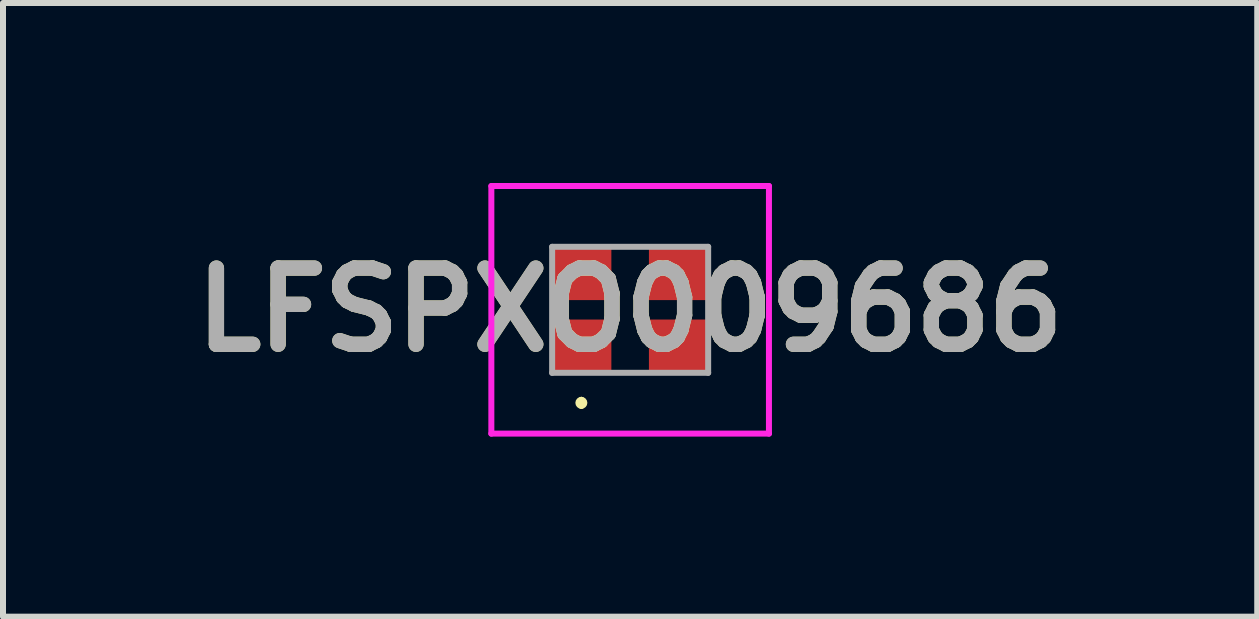
<source format=kicad_pcb>
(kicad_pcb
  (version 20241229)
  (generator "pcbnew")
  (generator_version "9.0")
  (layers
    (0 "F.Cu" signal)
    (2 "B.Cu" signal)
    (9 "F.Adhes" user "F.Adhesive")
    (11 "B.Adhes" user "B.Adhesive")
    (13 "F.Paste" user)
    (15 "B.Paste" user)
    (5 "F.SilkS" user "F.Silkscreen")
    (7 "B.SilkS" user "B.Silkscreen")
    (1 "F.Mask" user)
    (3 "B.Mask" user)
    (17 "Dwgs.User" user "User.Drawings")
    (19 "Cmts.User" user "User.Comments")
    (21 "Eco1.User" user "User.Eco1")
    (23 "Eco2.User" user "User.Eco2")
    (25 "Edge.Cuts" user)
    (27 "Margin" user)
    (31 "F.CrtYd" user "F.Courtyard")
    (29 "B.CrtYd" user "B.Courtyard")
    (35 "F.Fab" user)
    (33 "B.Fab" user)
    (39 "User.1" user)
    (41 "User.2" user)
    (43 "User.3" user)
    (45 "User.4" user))
  (footprint "LFSPXO009686"
    (layer "F.Cu")
    (at 7.451 2.113)
    (property "Reference" "LFSPXO009686" (at 0 0 0) (layer "F.SilkS") (effects (font (size 1.27 1.27) (thickness 0.254))))
    (attr smd)
    (fp_line (start -0.813 1.5) (end -0.813 1.5) (stroke (width 0.1) (type solid)) (layer "F.SilkS"))
    (fp_line (start -0.813 1.6) (end -0.813 1.6) (stroke (width 0.1) (type solid)) (layer "F.SilkS"))
    (fp_arc (start -0.813 1.5) (mid -0.763 1.55) (end -0.813 1.6) (stroke (width 0.1) (type solid)) (layer "F.SilkS"))
    (fp_arc (start -0.813 1.6) (mid -0.863 1.55) (end -0.813 1.5) (stroke (width 0.1) (type solid)) (layer "F.SilkS"))
    (fp_line (start -2.313 -2.063) (end 2.313 -2.063) (stroke (width 0.1) (type solid)) (layer "F.CrtYd"))
    (fp_line (start -2.313 2.063) (end -2.313 -2.063) (stroke (width 0.1) (type solid)) (layer "F.CrtYd"))
    (fp_line (start 2.313 -2.063) (end 2.313 2.063) (stroke (width 0.1) (type solid)) (layer "F.CrtYd"))
    (fp_line (start 2.313 2.063) (end -2.313 2.063) (stroke (width 0.1) (type solid)) (layer "F.CrtYd"))
    (fp_line (start -1.3 -1.05) (end 1.3 -1.05) (stroke (width 0.1) (type solid)) (layer "F.Fab"))
    (fp_line (start -1.3 1.05) (end -1.3 -1.05) (stroke (width 0.1) (type solid)) (layer "F.Fab"))
    (fp_line (start 1.3 -1.05) (end 1.3 1.05) (stroke (width 0.1) (type solid)) (layer "F.Fab"))
    (fp_line (start 1.3 1.05) (end -1.3 1.05) (stroke (width 0.1) (type solid)) (layer "F.Fab"))
    (fp_text user "${REFERENCE}" (at 0 0 0) (layer "F.Fab") (effects (font (size 1.27 1.27) (thickness 0.254))))
    (pad "1" smd rect (at -0.813 0.612 90) (size 0.9 1) (layers "F.Cu" "F.Mask" "F.Paste"))
    (pad "2" smd rect (at 0.813 0.612 90) (size 0.9 1) (layers "F.Cu" "F.Mask" "F.Paste"))
    (pad "3" smd rect (at 0.813 -0.612 90) (size 0.9 1) (layers "F.Cu" "F.Mask" "F.Paste"))
    (pad "4" smd rect (at -0.813 -0.612 90) (size 0.9 1) (layers "F.Cu" "F.Mask" "F.Paste")))
  (gr_rect
    (start -3 -3)
    (end 17.901 7.226)
    (stroke (width 0.1) (type default))
    (fill no)
    (layer "Edge.Cuts")))
</source>
